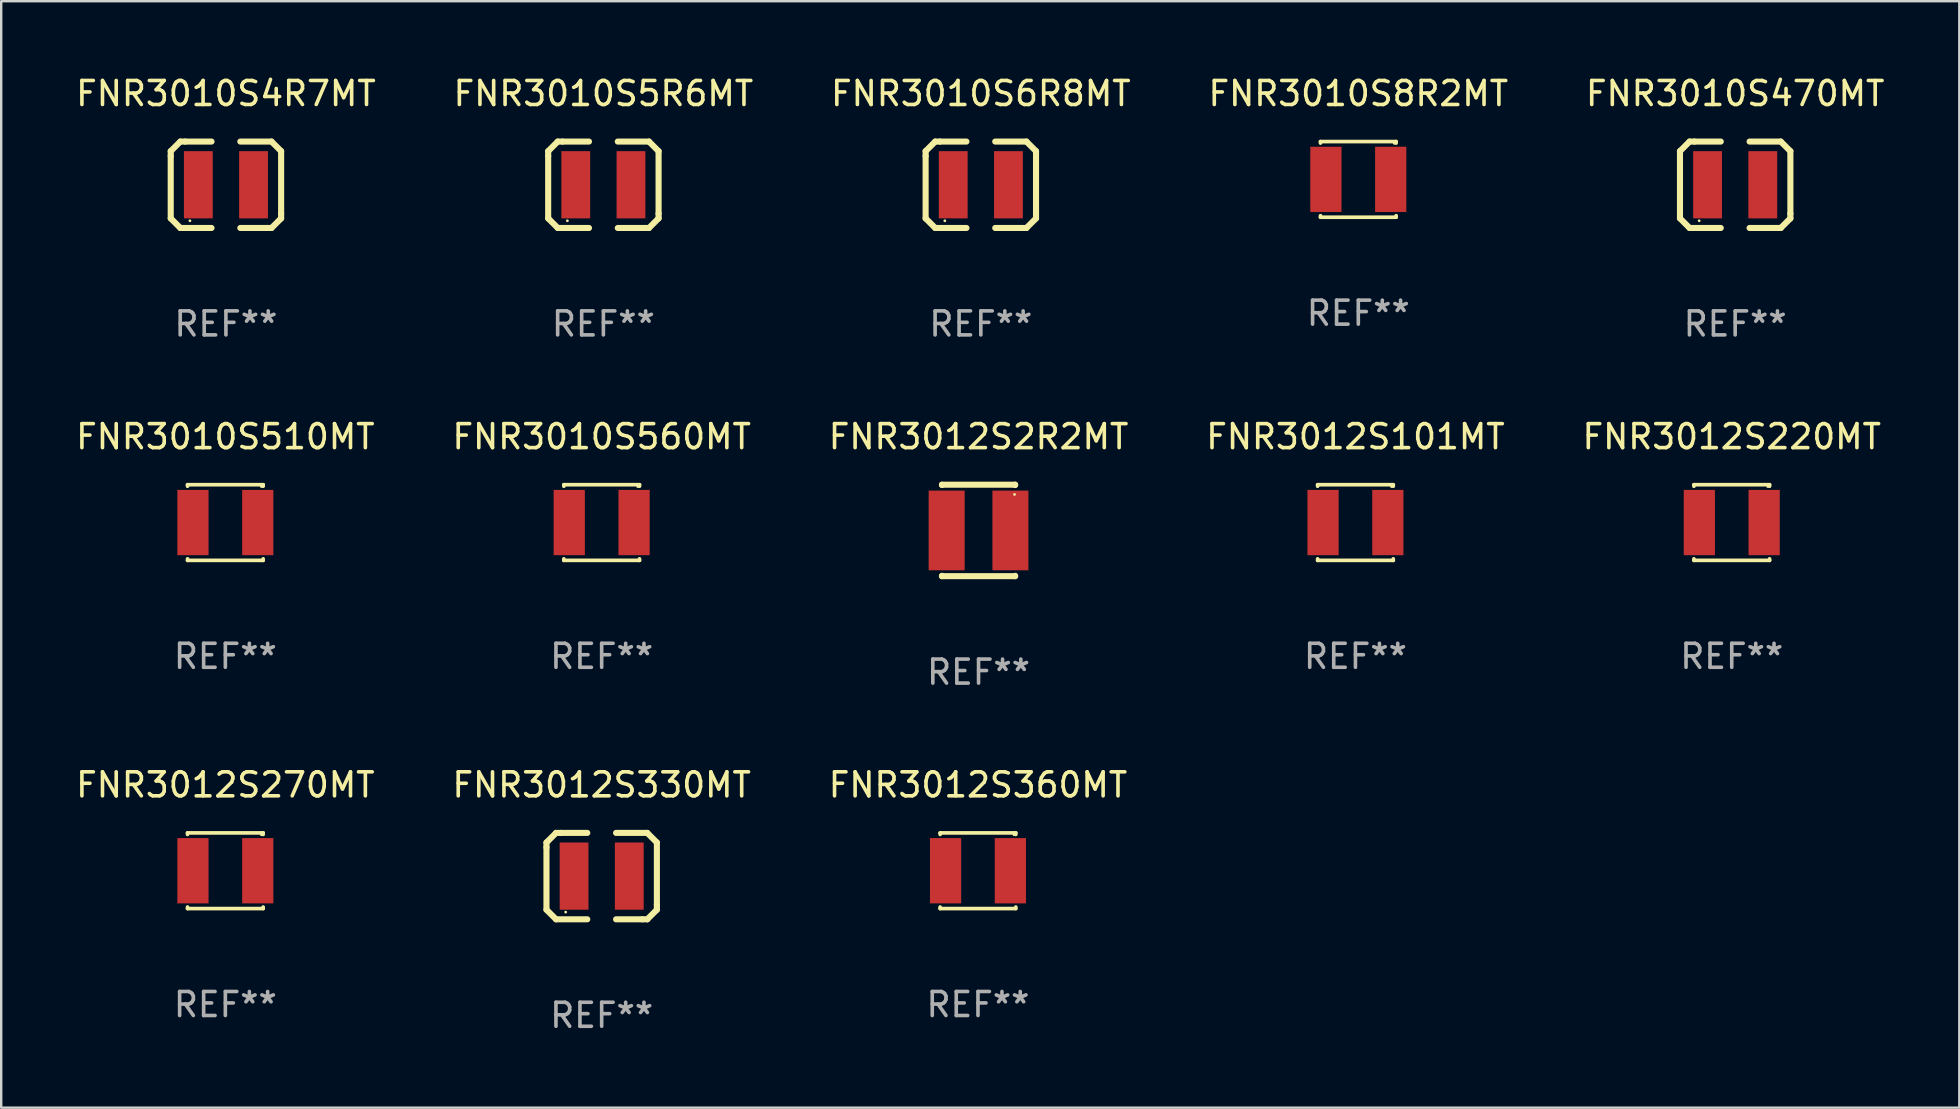
<source format=kicad_pcb>
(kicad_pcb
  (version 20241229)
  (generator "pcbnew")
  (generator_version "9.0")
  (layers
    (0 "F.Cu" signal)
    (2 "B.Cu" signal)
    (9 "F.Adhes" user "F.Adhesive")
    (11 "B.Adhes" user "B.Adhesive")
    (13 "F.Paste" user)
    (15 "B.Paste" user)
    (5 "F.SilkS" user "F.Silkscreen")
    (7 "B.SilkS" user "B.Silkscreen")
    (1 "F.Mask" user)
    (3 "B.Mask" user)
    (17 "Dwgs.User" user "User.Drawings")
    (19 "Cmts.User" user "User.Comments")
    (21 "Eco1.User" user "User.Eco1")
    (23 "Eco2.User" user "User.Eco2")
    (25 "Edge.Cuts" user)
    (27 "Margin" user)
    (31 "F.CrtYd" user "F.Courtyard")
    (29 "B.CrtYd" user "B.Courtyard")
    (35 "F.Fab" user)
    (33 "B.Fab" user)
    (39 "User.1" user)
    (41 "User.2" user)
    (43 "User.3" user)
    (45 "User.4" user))
  (footprint "FNR3012S360MT"
    (layer "F.Cu")
    (at 37.696 33.228)
    (property "Reference" "FNR3012S360MT" (at 0 -3.576 0) (layer "F.SilkS") (effects (font (size 1 1) (thickness 0.15))))
    (attr through_hole)
    (fp_line (start -1.576 -1.576) (end 1.576 -1.576) (stroke (width 0.152) (type solid)) (layer "F.SilkS"))
    (fp_line (start -1.576 -1.512) (end -1.576 -1.576) (stroke (width 0.152) (type solid)) (layer "F.SilkS"))
    (fp_line (start -1.576 1.512) (end -1.576 1.576) (stroke (width 0.152) (type solid)) (layer "F.SilkS"))
    (fp_line (start -1.576 1.576) (end 1.576 1.576) (stroke (width 0.152) (type solid)) (layer "F.SilkS"))
    (fp_line (start 1.576 -1.576) (end 1.576 -1.512) (stroke (width 0.152) (type solid)) (layer "F.SilkS"))
    (fp_line (start 1.576 1.576) (end 1.576 1.512) (stroke (width 0.152) (type solid)) (layer "F.SilkS"))
    (fp_circle (center 1.5 -1.5) (end 1.53 -1.5) (stroke (width 0.06) (type solid)) (fill no) (layer "F.SilkS"))
    (fp_text user "REF**" (at 0 5.576 0) (layer "F.Fab") (effects (font (size 1 1) (thickness 0.15))))
    (pad "1" smd rect (at 1.35 0) (size 1.3 2.72) (layers "F.Cu" "F.Mask" "F.Paste"))
    (pad "2" smd rect (at -1.35 0) (size 1.3 2.72) (layers "F.Cu" "F.Mask" "F.Paste")))
  (footprint "FNR3010S6R8MT"
    (layer "F.Cu")
    (at 37.815 4.648)
    (property "Reference" "FNR3010S6R8MT" (at 0 -3.8 0) (layer "F.SilkS") (effects (font (size 1 1) (thickness 0.15))))
    (attr through_hole)
    (fp_line (start -2.3 -1.4) (end -2.3 -1.2) (stroke (width 0.254) (type solid)) (layer "F.SilkS"))
    (fp_line (start -2.3 1.4) (end -2.3 -1.2) (stroke (width 0.254) (type solid)) (layer "F.SilkS"))
    (fp_line (start -1.9 1.8) (end -2.3 1.4) (stroke (width 0.254) (type solid)) (layer "F.SilkS"))
    (fp_line (start -1.9 -1.8) (end -2.3 -1.4) (stroke (width 0.254) (type solid)) (layer "F.SilkS"))
    (fp_line (start -1.7 -1.8) (end -1.9 -1.8) (stroke (width 0.254) (type solid)) (layer "F.SilkS"))
    (fp_line (start -1.7 -1.8) (end -0.6 -1.8) (stroke (width 0.254) (type solid)) (layer "F.SilkS"))
    (fp_line (start -0.6 1.8) (end -1.9 1.8) (stroke (width 0.254) (type solid)) (layer "F.SilkS"))
    (fp_line (start 0.6 -1.8) (end 1.9 -1.8) (stroke (width 0.254) (type solid)) (layer "F.SilkS"))
    (fp_line (start 1.7 1.8) (end 0.6 1.8) (stroke (width 0.254) (type solid)) (layer "F.SilkS"))
    (fp_line (start 1.7 1.8) (end 1.9 1.8) (stroke (width 0.254) (type solid)) (layer "F.SilkS"))
    (fp_line (start 1.9 1.8) (end 2.3 1.4) (stroke (width 0.254) (type solid)) (layer "F.SilkS"))
    (fp_line (start 1.9 -1.8) (end 2.3 -1.4) (stroke (width 0.254) (type solid)) (layer "F.SilkS"))
    (fp_line (start 2.3 -1.4) (end 2.3 1.2) (stroke (width 0.254) (type solid)) (layer "F.SilkS"))
    (fp_line (start 2.3 1.4) (end 2.3 1.2) (stroke (width 0.254) (type solid)) (layer "F.SilkS"))
    (fp_circle (center -1.5 1.5) (end -1.47 1.5) (stroke (width 0.06) (type solid)) (fill no) (layer "F.SilkS"))
    (fp_text user "REF**" (at 0 5.8 0) (layer "F.Fab") (effects (font (size 1 1) (thickness 0.15))))
    (pad "1" smd rect (at -1.15 0) (size 1.2 2.8) (layers "F.Cu" "F.Mask" "F.Paste"))
    (pad "2" smd rect (at 1.15 0) (size 1.2 2.8) (layers "F.Cu" "F.Mask" "F.Paste")))
  (footprint "FNR3010S5R6MT"
    (layer "F.Cu")
    (at 22.089 4.648)
    (property "Reference" "FNR3010S5R6MT" (at 0 -3.8 0) (layer "F.SilkS") (effects (font (size 1 1) (thickness 0.15))))
    (attr through_hole)
    (fp_line (start -2.3 -1.4) (end -2.3 -1.2) (stroke (width 0.254) (type solid)) (layer "F.SilkS"))
    (fp_line (start -2.3 1.4) (end -2.3 -1.2) (stroke (width 0.254) (type solid)) (layer "F.SilkS"))
    (fp_line (start -1.9 1.8) (end -2.3 1.4) (stroke (width 0.254) (type solid)) (layer "F.SilkS"))
    (fp_line (start -1.9 -1.8) (end -2.3 -1.4) (stroke (width 0.254) (type solid)) (layer "F.SilkS"))
    (fp_line (start -1.7 -1.8) (end -1.9 -1.8) (stroke (width 0.254) (type solid)) (layer "F.SilkS"))
    (fp_line (start -1.7 -1.8) (end -0.6 -1.8) (stroke (width 0.254) (type solid)) (layer "F.SilkS"))
    (fp_line (start -0.6 1.8) (end -1.9 1.8) (stroke (width 0.254) (type solid)) (layer "F.SilkS"))
    (fp_line (start 0.6 -1.8) (end 1.9 -1.8) (stroke (width 0.254) (type solid)) (layer "F.SilkS"))
    (fp_line (start 1.7 1.8) (end 0.6 1.8) (stroke (width 0.254) (type solid)) (layer "F.SilkS"))
    (fp_line (start 1.7 1.8) (end 1.9 1.8) (stroke (width 0.254) (type solid)) (layer "F.SilkS"))
    (fp_line (start 1.9 1.8) (end 2.3 1.4) (stroke (width 0.254) (type solid)) (layer "F.SilkS"))
    (fp_line (start 1.9 -1.8) (end 2.3 -1.4) (stroke (width 0.254) (type solid)) (layer "F.SilkS"))
    (fp_line (start 2.3 -1.4) (end 2.3 1.2) (stroke (width 0.254) (type solid)) (layer "F.SilkS"))
    (fp_line (start 2.3 1.4) (end 2.3 1.2) (stroke (width 0.254) (type solid)) (layer "F.SilkS"))
    (fp_circle (center -1.5 1.5) (end -1.47 1.5) (stroke (width 0.06) (type solid)) (fill no) (layer "F.SilkS"))
    (fp_text user "REF**" (at 0 5.8 0) (layer "F.Fab") (effects (font (size 1 1) (thickness 0.15))))
    (pad "1" smd rect (at -1.15 0) (size 1.2 2.8) (layers "F.Cu" "F.Mask" "F.Paste"))
    (pad "2" smd rect (at 1.15 0) (size 1.2 2.8) (layers "F.Cu" "F.Mask" "F.Paste")))
  (footprint "FNR3010S8R2MT"
    (layer "F.Cu")
    (at 53.542 4.424)
    (property "Reference" "FNR3010S8R2MT" (at 0 -3.576 0) (layer "F.SilkS") (effects (font (size 1 1) (thickness 0.15))))
    (attr through_hole)
    (fp_line (start -1.576 -1.576) (end 1.576 -1.576) (stroke (width 0.152) (type solid)) (layer "F.SilkS"))
    (fp_line (start -1.576 -1.512) (end -1.576 -1.576) (stroke (width 0.152) (type solid)) (layer "F.SilkS"))
    (fp_line (start -1.576 1.512) (end -1.576 1.576) (stroke (width 0.152) (type solid)) (layer "F.SilkS"))
    (fp_line (start -1.576 1.576) (end 1.576 1.576) (stroke (width 0.152) (type solid)) (layer "F.SilkS"))
    (fp_line (start 1.576 -1.576) (end 1.576 -1.512) (stroke (width 0.152) (type solid)) (layer "F.SilkS"))
    (fp_line (start 1.576 1.576) (end 1.576 1.512) (stroke (width 0.152) (type solid)) (layer "F.SilkS"))
    (fp_circle (center 1.5 -1.5) (end 1.53 -1.5) (stroke (width 0.06) (type solid)) (fill no) (layer "F.SilkS"))
    (fp_text user "REF**" (at 0 5.576 0) (layer "F.Fab") (effects (font (size 1 1) (thickness 0.15))))
    (pad "1" smd rect (at 1.35 0) (size 1.3 2.72) (layers "F.Cu" "F.Mask" "F.Paste"))
    (pad "2" smd rect (at -1.35 0) (size 1.3 2.72) (layers "F.Cu" "F.Mask" "F.Paste")))
  (footprint "FNR3010S510MT"
    (layer "F.Cu")
    (at 6.339 18.721)
    (property "Reference" "FNR3010S510MT" (at 0 -3.576 0) (layer "F.SilkS") (effects (font (size 1 1) (thickness 0.15))))
    (attr through_hole)
    (fp_line (start -1.576 -1.576) (end 1.576 -1.576) (stroke (width 0.152) (type solid)) (layer "F.SilkS"))
    (fp_line (start -1.576 -1.512) (end -1.576 -1.576) (stroke (width 0.152) (type solid)) (layer "F.SilkS"))
    (fp_line (start -1.576 1.512) (end -1.576 1.576) (stroke (width 0.152) (type solid)) (layer "F.SilkS"))
    (fp_line (start -1.576 1.576) (end 1.576 1.576) (stroke (width 0.152) (type solid)) (layer "F.SilkS"))
    (fp_line (start 1.576 -1.576) (end 1.576 -1.512) (stroke (width 0.152) (type solid)) (layer "F.SilkS"))
    (fp_line (start 1.576 1.576) (end 1.576 1.512) (stroke (width 0.152) (type solid)) (layer "F.SilkS"))
    (fp_circle (center 1.5 -1.5) (end 1.53 -1.5) (stroke (width 0.06) (type solid)) (fill no) (layer "F.SilkS"))
    (fp_text user "REF**" (at 0 5.576 0) (layer "F.Fab") (effects (font (size 1 1) (thickness 0.15))))
    (pad "1" smd rect (at 1.35 0) (size 1.3 2.72) (layers "F.Cu" "F.Mask" "F.Paste"))
    (pad "2" smd rect (at -1.35 0) (size 1.3 2.72) (layers "F.Cu" "F.Mask" "F.Paste")))
  (footprint "FNR3010S560MT"
    (layer "F.Cu")
    (at 22.018 18.721)
    (property "Reference" "FNR3010S560MT" (at 0 -3.576 0) (layer "F.SilkS") (effects (font (size 1 1) (thickness 0.15))))
    (attr through_hole)
    (fp_line (start -1.576 -1.576) (end 1.576 -1.576) (stroke (width 0.152) (type solid)) (layer "F.SilkS"))
    (fp_line (start -1.576 -1.512) (end -1.576 -1.576) (stroke (width 0.152) (type solid)) (layer "F.SilkS"))
    (fp_line (start -1.576 1.512) (end -1.576 1.576) (stroke (width 0.152) (type solid)) (layer "F.SilkS"))
    (fp_line (start -1.576 1.576) (end 1.576 1.576) (stroke (width 0.152) (type solid)) (layer "F.SilkS"))
    (fp_line (start 1.576 -1.576) (end 1.576 -1.512) (stroke (width 0.152) (type solid)) (layer "F.SilkS"))
    (fp_line (start 1.576 1.576) (end 1.576 1.512) (stroke (width 0.152) (type solid)) (layer "F.SilkS"))
    (fp_circle (center 1.5 -1.5) (end 1.53 -1.5) (stroke (width 0.06) (type solid)) (fill no) (layer "F.SilkS"))
    (fp_text user "REF**" (at 0 5.576 0) (layer "F.Fab") (effects (font (size 1 1) (thickness 0.15))))
    (pad "1" smd rect (at 1.35 0) (size 1.3 2.72) (layers "F.Cu" "F.Mask" "F.Paste"))
    (pad "2" smd rect (at -1.35 0) (size 1.3 2.72) (layers "F.Cu" "F.Mask" "F.Paste")))
  (footprint "FNR3010S470MT"
    (layer "F.Cu")
    (at 69.244 4.648)
    (property "Reference" "FNR3010S470MT" (at 0 -3.8 0) (layer "F.SilkS") (effects (font (size 1 1) (thickness 0.15))))
    (attr through_hole)
    (fp_line (start -2.3 -1.4) (end -2.3 -1.2) (stroke (width 0.254) (type solid)) (layer "F.SilkS"))
    (fp_line (start -2.3 1.4) (end -2.3 -1.2) (stroke (width 0.254) (type solid)) (layer "F.SilkS"))
    (fp_line (start -1.9 1.8) (end -2.3 1.4) (stroke (width 0.254) (type solid)) (layer "F.SilkS"))
    (fp_line (start -1.9 -1.8) (end -2.3 -1.4) (stroke (width 0.254) (type solid)) (layer "F.SilkS"))
    (fp_line (start -1.7 -1.8) (end -1.9 -1.8) (stroke (width 0.254) (type solid)) (layer "F.SilkS"))
    (fp_line (start -1.7 -1.8) (end -0.6 -1.8) (stroke (width 0.254) (type solid)) (layer "F.SilkS"))
    (fp_line (start -0.6 1.8) (end -1.9 1.8) (stroke (width 0.254) (type solid)) (layer "F.SilkS"))
    (fp_line (start 0.6 -1.8) (end 1.9 -1.8) (stroke (width 0.254) (type solid)) (layer "F.SilkS"))
    (fp_line (start 1.7 1.8) (end 0.6 1.8) (stroke (width 0.254) (type solid)) (layer "F.SilkS"))
    (fp_line (start 1.7 1.8) (end 1.9 1.8) (stroke (width 0.254) (type solid)) (layer "F.SilkS"))
    (fp_line (start 1.9 1.8) (end 2.3 1.4) (stroke (width 0.254) (type solid)) (layer "F.SilkS"))
    (fp_line (start 1.9 -1.8) (end 2.3 -1.4) (stroke (width 0.254) (type solid)) (layer "F.SilkS"))
    (fp_line (start 2.3 -1.4) (end 2.3 1.2) (stroke (width 0.254) (type solid)) (layer "F.SilkS"))
    (fp_line (start 2.3 1.4) (end 2.3 1.2) (stroke (width 0.254) (type solid)) (layer "F.SilkS"))
    (fp_circle (center -1.5 1.5) (end -1.47 1.5) (stroke (width 0.06) (type solid)) (fill no) (layer "F.SilkS"))
    (fp_text user "REF**" (at 0 5.8 0) (layer "F.Fab") (effects (font (size 1 1) (thickness 0.15))))
    (pad "1" smd rect (at -1.15 0) (size 1.2 2.8) (layers "F.Cu" "F.Mask" "F.Paste"))
    (pad "2" smd rect (at 1.15 0) (size 1.2 2.8) (layers "F.Cu" "F.Mask" "F.Paste")))
  (footprint "FNR3012S270MT"
    (layer "F.Cu")
    (at 6.339 33.228)
    (property "Reference" "FNR3012S270MT" (at 0 -3.576 0) (layer "F.SilkS") (effects (font (size 1 1) (thickness 0.15))))
    (attr through_hole)
    (fp_line (start -1.576 -1.576) (end 1.576 -1.576) (stroke (width 0.152) (type solid)) (layer "F.SilkS"))
    (fp_line (start -1.576 -1.512) (end -1.576 -1.576) (stroke (width 0.152) (type solid)) (layer "F.SilkS"))
    (fp_line (start -1.576 1.512) (end -1.576 1.576) (stroke (width 0.152) (type solid)) (layer "F.SilkS"))
    (fp_line (start -1.576 1.576) (end 1.576 1.576) (stroke (width 0.152) (type solid)) (layer "F.SilkS"))
    (fp_line (start 1.576 -1.576) (end 1.576 -1.512) (stroke (width 0.152) (type solid)) (layer "F.SilkS"))
    (fp_line (start 1.576 1.576) (end 1.576 1.512) (stroke (width 0.152) (type solid)) (layer "F.SilkS"))
    (fp_circle (center 1.5 -1.5) (end 1.53 -1.5) (stroke (width 0.06) (type solid)) (fill no) (layer "F.SilkS"))
    (fp_text user "REF**" (at 0 5.576 0) (layer "F.Fab") (effects (font (size 1 1) (thickness 0.15))))
    (pad "1" smd rect (at 1.35 0) (size 1.3 2.72) (layers "F.Cu" "F.Mask" "F.Paste"))
    (pad "2" smd rect (at -1.35 0) (size 1.3 2.72) (layers "F.Cu" "F.Mask" "F.Paste")))
  (footprint "FNR3012S2R2MT"
    (layer "F.Cu")
    (at 37.72 19.05)
    (property "Reference" "FNR3012S2R2MT" (at 0 -3.905 0) (layer "F.SilkS") (effects (font (size 1 1) (thickness 0.15))))
    (attr through_hole)
    (fp_line (start -1.524 -1.905) (end 1.524 -1.905) (stroke (width 0.254) (type solid)) (layer "F.SilkS"))
    (fp_line (start -1.524 -1.891) (end -1.524 -1.905) (stroke (width 0.254) (type solid)) (layer "F.SilkS"))
    (fp_line (start -1.524 1.905) (end -1.524 1.891) (stroke (width 0.254) (type solid)) (layer "F.SilkS"))
    (fp_line (start -1.524 1.905) (end 1.524 1.905) (stroke (width 0.254) (type solid)) (layer "F.SilkS"))
    (fp_line (start 1.524 -1.905) (end 1.524 -1.891) (stroke (width 0.254) (type solid)) (layer "F.SilkS"))
    (fp_line (start 1.524 1.891) (end 1.524 1.905) (stroke (width 0.254) (type solid)) (layer "F.SilkS"))
    (fp_circle (center 1.5 -1.5) (end 1.53 -1.5) (stroke (width 0.06) (type solid)) (fill no) (layer "F.SilkS"))
    (fp_text user "REF**" (at 0 5.905 0) (layer "F.Fab") (effects (font (size 1 1) (thickness 0.15))))
    (pad "1" smd rect (at 1.328 0) (size 1.5 3.32) (layers "F.Cu" "F.Mask" "F.Paste"))
    (pad "2" smd rect (at -1.328 0) (size 1.5 3.32) (layers "F.Cu" "F.Mask" "F.Paste")))
  (footprint "FNR3012S101MT"
    (layer "F.Cu")
    (at 53.423 18.721)
    (property "Reference" "FNR3012S101MT" (at 0 -3.576 0) (layer "F.SilkS") (effects (font (size 1 1) (thickness 0.15))))
    (attr through_hole)
    (fp_line (start -1.576 -1.576) (end 1.576 -1.576) (stroke (width 0.152) (type solid)) (layer "F.SilkS"))
    (fp_line (start -1.576 -1.512) (end -1.576 -1.576) (stroke (width 0.152) (type solid)) (layer "F.SilkS"))
    (fp_line (start -1.576 1.512) (end -1.576 1.576) (stroke (width 0.152) (type solid)) (layer "F.SilkS"))
    (fp_line (start -1.576 1.576) (end 1.576 1.576) (stroke (width 0.152) (type solid)) (layer "F.SilkS"))
    (fp_line (start 1.576 -1.576) (end 1.576 -1.512) (stroke (width 0.152) (type solid)) (layer "F.SilkS"))
    (fp_line (start 1.576 1.576) (end 1.576 1.512) (stroke (width 0.152) (type solid)) (layer "F.SilkS"))
    (fp_circle (center 1.5 -1.5) (end 1.53 -1.5) (stroke (width 0.06) (type solid)) (fill no) (layer "F.SilkS"))
    (fp_text user "REF**" (at 0 5.576 0) (layer "F.Fab") (effects (font (size 1 1) (thickness 0.15))))
    (pad "1" smd rect (at 1.35 0) (size 1.3 2.72) (layers "F.Cu" "F.Mask" "F.Paste"))
    (pad "2" smd rect (at -1.35 0) (size 1.3 2.72) (layers "F.Cu" "F.Mask" "F.Paste")))
  (footprint "FNR3012S330MT"
    (layer "F.Cu")
    (at 22.018 33.452)
    (property "Reference" "FNR3012S330MT" (at 0 -3.8 0) (layer "F.SilkS") (effects (font (size 1 1) (thickness 0.15))))
    (attr through_hole)
    (fp_line (start -2.3 -1.4) (end -2.3 -1.2) (stroke (width 0.254) (type solid)) (layer "F.SilkS"))
    (fp_line (start -2.3 1.4) (end -2.3 -1.2) (stroke (width 0.254) (type solid)) (layer "F.SilkS"))
    (fp_line (start -1.9 1.8) (end -2.3 1.4) (stroke (width 0.254) (type solid)) (layer "F.SilkS"))
    (fp_line (start -1.9 -1.8) (end -2.3 -1.4) (stroke (width 0.254) (type solid)) (layer "F.SilkS"))
    (fp_line (start -1.7 -1.8) (end -1.9 -1.8) (stroke (width 0.254) (type solid)) (layer "F.SilkS"))
    (fp_line (start -1.7 -1.8) (end -0.6 -1.8) (stroke (width 0.254) (type solid)) (layer "F.SilkS"))
    (fp_line (start -0.6 1.8) (end -1.9 1.8) (stroke (width 0.254) (type solid)) (layer "F.SilkS"))
    (fp_line (start 0.6 -1.8) (end 1.9 -1.8) (stroke (width 0.254) (type solid)) (layer "F.SilkS"))
    (fp_line (start 1.7 1.8) (end 0.6 1.8) (stroke (width 0.254) (type solid)) (layer "F.SilkS"))
    (fp_line (start 1.7 1.8) (end 1.9 1.8) (stroke (width 0.254) (type solid)) (layer "F.SilkS"))
    (fp_line (start 1.9 1.8) (end 2.3 1.4) (stroke (width 0.254) (type solid)) (layer "F.SilkS"))
    (fp_line (start 1.9 -1.8) (end 2.3 -1.4) (stroke (width 0.254) (type solid)) (layer "F.SilkS"))
    (fp_line (start 2.3 -1.4) (end 2.3 1.2) (stroke (width 0.254) (type solid)) (layer "F.SilkS"))
    (fp_line (start 2.3 1.4) (end 2.3 1.2) (stroke (width 0.254) (type solid)) (layer "F.SilkS"))
    (fp_circle (center -1.5 1.5) (end -1.47 1.5) (stroke (width 0.06) (type solid)) (fill no) (layer "F.SilkS"))
    (fp_text user "REF**" (at 0 5.8 0) (layer "F.Fab") (effects (font (size 1 1) (thickness 0.15))))
    (pad "1" smd rect (at -1.15 0) (size 1.2 2.8) (layers "F.Cu" "F.Mask" "F.Paste"))
    (pad "2" smd rect (at 1.15 0) (size 1.2 2.8) (layers "F.Cu" "F.Mask" "F.Paste")))
  (footprint "FNR3012S220MT"
    (layer "F.Cu")
    (at 69.101 18.721)
    (property "Reference" "FNR3012S220MT" (at 0 -3.576 0) (layer "F.SilkS") (effects (font (size 1 1) (thickness 0.15))))
    (attr through_hole)
    (fp_line (start -1.576 -1.576) (end 1.576 -1.576) (stroke (width 0.152) (type solid)) (layer "F.SilkS"))
    (fp_line (start -1.576 -1.512) (end -1.576 -1.576) (stroke (width 0.152) (type solid)) (layer "F.SilkS"))
    (fp_line (start -1.576 1.512) (end -1.576 1.576) (stroke (width 0.152) (type solid)) (layer "F.SilkS"))
    (fp_line (start -1.576 1.576) (end 1.576 1.576) (stroke (width 0.152) (type solid)) (layer "F.SilkS"))
    (fp_line (start 1.576 -1.576) (end 1.576 -1.512) (stroke (width 0.152) (type solid)) (layer "F.SilkS"))
    (fp_line (start 1.576 1.576) (end 1.576 1.512) (stroke (width 0.152) (type solid)) (layer "F.SilkS"))
    (fp_circle (center 1.5 -1.5) (end 1.53 -1.5) (stroke (width 0.06) (type solid)) (fill no) (layer "F.SilkS"))
    (fp_text user "REF**" (at 0 5.576 0) (layer "F.Fab") (effects (font (size 1 1) (thickness 0.15))))
    (pad "1" smd rect (at 1.35 0) (size 1.3 2.72) (layers "F.Cu" "F.Mask" "F.Paste"))
    (pad "2" smd rect (at -1.35 0) (size 1.3 2.72) (layers "F.Cu" "F.Mask" "F.Paste")))
  (footprint "FNR3010S4R7MT"
    (layer "F.Cu")
    (at 6.363 4.648)
    (property "Reference" "FNR3010S4R7MT" (at 0 -3.8 0) (layer "F.SilkS") (effects (font (size 1 1) (thickness 0.15))))
    (attr through_hole)
    (fp_line (start -2.3 -1.4) (end -2.3 -1.2) (stroke (width 0.254) (type solid)) (layer "F.SilkS"))
    (fp_line (start -2.3 1.4) (end -2.3 -1.2) (stroke (width 0.254) (type solid)) (layer "F.SilkS"))
    (fp_line (start -1.9 1.8) (end -2.3 1.4) (stroke (width 0.254) (type solid)) (layer "F.SilkS"))
    (fp_line (start -1.9 -1.8) (end -2.3 -1.4) (stroke (width 0.254) (type solid)) (layer "F.SilkS"))
    (fp_line (start -1.7 -1.8) (end -1.9 -1.8) (stroke (width 0.254) (type solid)) (layer "F.SilkS"))
    (fp_line (start -1.7 -1.8) (end -0.6 -1.8) (stroke (width 0.254) (type solid)) (layer "F.SilkS"))
    (fp_line (start -0.6 1.8) (end -1.9 1.8) (stroke (width 0.254) (type solid)) (layer "F.SilkS"))
    (fp_line (start 0.6 -1.8) (end 1.9 -1.8) (stroke (width 0.254) (type solid)) (layer "F.SilkS"))
    (fp_line (start 1.7 1.8) (end 0.6 1.8) (stroke (width 0.254) (type solid)) (layer "F.SilkS"))
    (fp_line (start 1.7 1.8) (end 1.9 1.8) (stroke (width 0.254) (type solid)) (layer "F.SilkS"))
    (fp_line (start 1.9 1.8) (end 2.3 1.4) (stroke (width 0.254) (type solid)) (layer "F.SilkS"))
    (fp_line (start 1.9 -1.8) (end 2.3 -1.4) (stroke (width 0.254) (type solid)) (layer "F.SilkS"))
    (fp_line (start 2.3 -1.4) (end 2.3 1.2) (stroke (width 0.254) (type solid)) (layer "F.SilkS"))
    (fp_line (start 2.3 1.4) (end 2.3 1.2) (stroke (width 0.254) (type solid)) (layer "F.SilkS"))
    (fp_circle (center -1.5 1.5) (end -1.47 1.5) (stroke (width 0.06) (type solid)) (fill no) (layer "F.SilkS"))
    (fp_text user "REF**" (at 0 5.8 0) (layer "F.Fab") (effects (font (size 1 1) (thickness 0.15))))
    (pad "1" smd rect (at -1.15 0) (size 1.2 2.8) (layers "F.Cu" "F.Mask" "F.Paste"))
    (pad "2" smd rect (at 1.15 0) (size 1.2 2.8) (layers "F.Cu" "F.Mask" "F.Paste")))
  (gr_rect
    (start -3 -3)
    (end 78.583 43.1)
    (stroke (width 0.1) (type default))
    (fill no)
    (layer "Edge.Cuts")))
</source>
